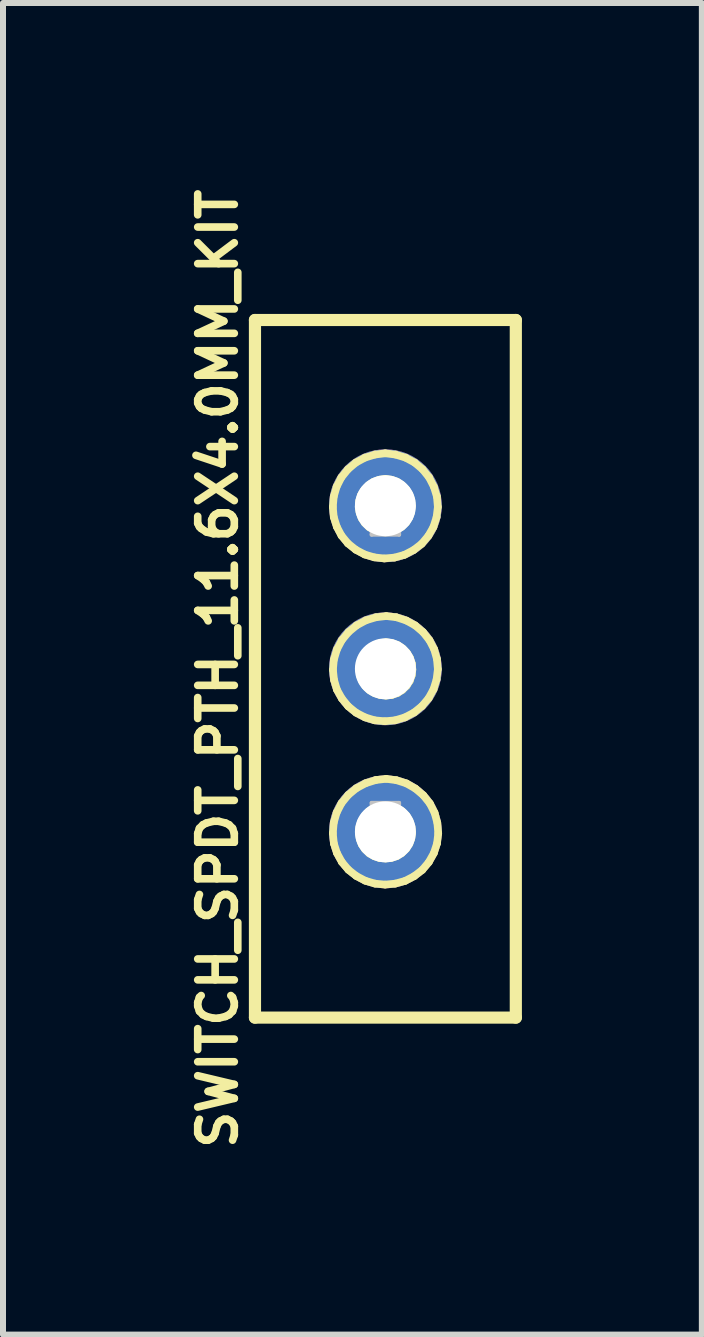
<source format=kicad_pcb>
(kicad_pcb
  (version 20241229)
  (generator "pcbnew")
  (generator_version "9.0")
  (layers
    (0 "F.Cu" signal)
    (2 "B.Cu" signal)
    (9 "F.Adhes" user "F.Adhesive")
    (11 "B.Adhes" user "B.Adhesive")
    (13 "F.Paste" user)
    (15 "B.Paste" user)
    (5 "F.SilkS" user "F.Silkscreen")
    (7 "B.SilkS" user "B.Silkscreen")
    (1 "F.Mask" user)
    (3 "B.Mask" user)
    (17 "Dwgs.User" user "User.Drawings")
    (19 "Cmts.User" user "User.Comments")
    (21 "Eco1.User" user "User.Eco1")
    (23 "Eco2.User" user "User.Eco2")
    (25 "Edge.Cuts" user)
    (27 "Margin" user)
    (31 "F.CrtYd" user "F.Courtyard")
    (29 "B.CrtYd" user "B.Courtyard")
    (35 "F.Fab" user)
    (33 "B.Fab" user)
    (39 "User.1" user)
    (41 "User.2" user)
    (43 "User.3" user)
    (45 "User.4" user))
  (footprint "SWITCH_SPDT_PTH_11.6X4.0MM_KIT"
    (layer "F.Cu")
    (at 3.374 8.098)
    (property "Reference" "SWITCH_SPDT_PTH_11.6X4.0MM_KIT" (at -2.794 0 90) (layer "F.SilkS") (effects (font (size 0.61 0.61) (thickness 0.127))))
    (attr exclude_from_pos_files exclude_from_bom)
    (fp_line (start -2.174 -5.814) (end -2.174 5.814) (stroke (width 0.203) (type solid)) (layer "F.SilkS"))
    (fp_line (start -2.174 5.814) (end 2.174 5.814) (stroke (width 0.203) (type solid)) (layer "F.SilkS"))
    (fp_line (start -0.876 -2.697) (end -0.861 -2.87) (stroke (width 0.127) (type solid)) (layer "F.SilkS"))
    (fp_line (start -0.876 2.741) (end -0.861 2.565) (stroke (width 0.127) (type solid)) (layer "F.SilkS"))
    (fp_line (start -0.874 0.018) (end -0.859 -0.152) (stroke (width 0.127) (type solid)) (layer "F.SilkS"))
    (fp_line (start -0.861 -2.87) (end -0.813 -3.035) (stroke (width 0.127) (type solid)) (layer "F.SilkS"))
    (fp_line (start -0.861 -2.53) (end -0.876 -2.697) (stroke (width 0.127) (type solid)) (layer "F.SilkS"))
    (fp_line (start -0.861 2.565) (end -0.813 2.398) (stroke (width 0.127) (type solid)) (layer "F.SilkS"))
    (fp_line (start -0.859 -0.152) (end -0.808 -0.323) (stroke (width 0.127) (type solid)) (layer "F.SilkS"))
    (fp_line (start -0.859 2.911) (end -0.876 2.741) (stroke (width 0.127) (type solid)) (layer "F.SilkS"))
    (fp_line (start -0.856 0.185) (end -0.874 0.018) (stroke (width 0.127) (type solid)) (layer "F.SilkS"))
    (fp_line (start -0.813 -3.035) (end -0.734 -3.19) (stroke (width 0.127) (type solid)) (layer "F.SilkS"))
    (fp_line (start -0.813 2.398) (end -0.732 2.24) (stroke (width 0.127) (type solid)) (layer "F.SilkS"))
    (fp_line (start -0.81 -2.367) (end -0.861 -2.53) (stroke (width 0.127) (type solid)) (layer "F.SilkS"))
    (fp_line (start -0.808 -0.323) (end -0.726 -0.478) (stroke (width 0.127) (type solid)) (layer "F.SilkS"))
    (fp_line (start -0.808 0.348) (end -0.856 0.185) (stroke (width 0.127) (type solid)) (layer "F.SilkS"))
    (fp_line (start -0.808 3.071) (end -0.859 2.911) (stroke (width 0.127) (type solid)) (layer "F.SilkS"))
    (fp_line (start -0.734 -3.19) (end -0.625 -3.325) (stroke (width 0.127) (type solid)) (layer "F.SilkS"))
    (fp_line (start -0.732 -2.22) (end -0.81 -2.367) (stroke (width 0.127) (type solid)) (layer "F.SilkS"))
    (fp_line (start -0.732 2.24) (end -0.62 2.103) (stroke (width 0.127) (type solid)) (layer "F.SilkS"))
    (fp_line (start -0.726 -0.478) (end -0.615 -0.612) (stroke (width 0.127) (type solid)) (layer "F.SilkS"))
    (fp_line (start -0.726 0.495) (end -0.808 0.348) (stroke (width 0.127) (type solid)) (layer "F.SilkS"))
    (fp_line (start -0.726 3.221) (end -0.808 3.071) (stroke (width 0.127) (type solid)) (layer "F.SilkS"))
    (fp_line (start -0.625 -3.325) (end -0.493 -3.437) (stroke (width 0.127) (type solid)) (layer "F.SilkS"))
    (fp_line (start -0.625 -2.09) (end -0.732 -2.22) (stroke (width 0.127) (type solid)) (layer "F.SilkS"))
    (fp_line (start -0.62 0.625) (end -0.726 0.495) (stroke (width 0.127) (type solid)) (layer "F.SilkS"))
    (fp_line (start -0.62 2.103) (end -0.485 1.991) (stroke (width 0.127) (type solid)) (layer "F.SilkS"))
    (fp_line (start -0.617 3.35) (end -0.726 3.221) (stroke (width 0.127) (type solid)) (layer "F.SilkS"))
    (fp_line (start -0.615 -0.612) (end -0.48 -0.724) (stroke (width 0.127) (type solid)) (layer "F.SilkS"))
    (fp_line (start -0.493 -3.437) (end -0.34 -3.52) (stroke (width 0.127) (type solid)) (layer "F.SilkS"))
    (fp_line (start -0.493 -1.984) (end -0.625 -2.09) (stroke (width 0.127) (type solid)) (layer "F.SilkS"))
    (fp_line (start -0.488 0.732) (end -0.62 0.625) (stroke (width 0.127) (type solid)) (layer "F.SilkS"))
    (fp_line (start -0.485 1.991) (end -0.33 1.908) (stroke (width 0.127) (type solid)) (layer "F.SilkS"))
    (fp_line (start -0.485 3.454) (end -0.617 3.35) (stroke (width 0.127) (type solid)) (layer "F.SilkS"))
    (fp_line (start -0.48 -0.724) (end -0.325 -0.808) (stroke (width 0.127) (type solid)) (layer "F.SilkS"))
    (fp_line (start -0.445 -2.697) (end -0.434 -2.802) (stroke (width 0.127) (type solid)) (layer "F.SilkS"))
    (fp_line (start -0.439 2.738) (end -0.432 2.637) (stroke (width 0.127) (type solid)) (layer "F.SilkS"))
    (fp_line (start -0.434 -2.802) (end -0.404 -2.898) (stroke (width 0.127) (type solid)) (layer "F.SilkS"))
    (fp_line (start -0.432 0.023) (end -0.424 -0.079) (stroke (width 0.127) (type solid)) (layer "F.SilkS"))
    (fp_line (start -0.432 2.637) (end -0.401 2.54) (stroke (width 0.127) (type solid)) (layer "F.SilkS"))
    (fp_line (start -0.429 -2.603) (end -0.445 -2.697) (stroke (width 0.127) (type solid)) (layer "F.SilkS"))
    (fp_line (start -0.427 2.835) (end -0.439 2.738) (stroke (width 0.127) (type solid)) (layer "F.SilkS"))
    (fp_line (start -0.424 -0.079) (end -0.394 -0.175) (stroke (width 0.127) (type solid)) (layer "F.SilkS"))
    (fp_line (start -0.419 0.117) (end -0.432 0.023) (stroke (width 0.127) (type solid)) (layer "F.SilkS"))
    (fp_line (start -0.404 -2.898) (end -0.351 -2.985) (stroke (width 0.127) (type solid)) (layer "F.SilkS"))
    (fp_line (start -0.401 2.54) (end -0.348 2.454) (stroke (width 0.127) (type solid)) (layer "F.SilkS"))
    (fp_line (start -0.396 -2.512) (end -0.429 -2.603) (stroke (width 0.127) (type solid)) (layer "F.SilkS"))
    (fp_line (start -0.394 -0.175) (end -0.34 -0.262) (stroke (width 0.127) (type solid)) (layer "F.SilkS"))
    (fp_line (start -0.394 2.926) (end -0.427 2.835) (stroke (width 0.127) (type solid)) (layer "F.SilkS"))
    (fp_line (start -0.386 0.208) (end -0.419 0.117) (stroke (width 0.127) (type solid)) (layer "F.SilkS"))
    (fp_line (start -0.351 -2.985) (end -0.279 -3.061) (stroke (width 0.127) (type solid)) (layer "F.SilkS"))
    (fp_line (start -0.348 2.454) (end -0.277 2.377) (stroke (width 0.127) (type solid)) (layer "F.SilkS"))
    (fp_line (start -0.345 -1.905) (end -0.493 -1.984) (stroke (width 0.127) (type solid)) (layer "F.SilkS"))
    (fp_line (start -0.343 -2.431) (end -0.396 -2.512) (stroke (width 0.127) (type solid)) (layer "F.SilkS"))
    (fp_line (start -0.34 -3.52) (end -0.173 -3.571) (stroke (width 0.127) (type solid)) (layer "F.SilkS"))
    (fp_line (start -0.34 -0.262) (end -0.269 -0.338) (stroke (width 0.127) (type solid)) (layer "F.SilkS"))
    (fp_line (start -0.34 3.007) (end -0.394 2.926) (stroke (width 0.127) (type solid)) (layer "F.SilkS"))
    (fp_line (start -0.338 0.81) (end -0.488 0.732) (stroke (width 0.127) (type solid)) (layer "F.SilkS"))
    (fp_line (start -0.335 3.533) (end -0.485 3.454) (stroke (width 0.127) (type solid)) (layer "F.SilkS"))
    (fp_line (start -0.333 0.29) (end -0.386 0.208) (stroke (width 0.127) (type solid)) (layer "F.SilkS"))
    (fp_line (start -0.33 1.908) (end -0.16 1.854) (stroke (width 0.127) (type solid)) (layer "F.SilkS"))
    (fp_line (start -0.325 -0.808) (end -0.157 -0.859) (stroke (width 0.127) (type solid)) (layer "F.SilkS"))
    (fp_line (start -0.279 -3.061) (end -0.196 -3.117) (stroke (width 0.127) (type solid)) (layer "F.SilkS"))
    (fp_line (start -0.277 2.377) (end -0.193 2.322) (stroke (width 0.127) (type solid)) (layer "F.SilkS"))
    (fp_line (start -0.272 -2.362) (end -0.343 -2.431) (stroke (width 0.127) (type solid)) (layer "F.SilkS"))
    (fp_line (start -0.269 -0.338) (end -0.185 -0.394) (stroke (width 0.127) (type solid)) (layer "F.SilkS"))
    (fp_line (start -0.269 3.076) (end -0.34 3.007) (stroke (width 0.127) (type solid)) (layer "F.SilkS"))
    (fp_line (start -0.262 0.358) (end -0.333 0.29) (stroke (width 0.127) (type solid)) (layer "F.SilkS"))
    (fp_line (start -0.196 -3.117) (end -0.099 -3.152) (stroke (width 0.127) (type solid)) (layer "F.SilkS"))
    (fp_line (start -0.193 2.322) (end -0.097 2.286) (stroke (width 0.127) (type solid)) (layer "F.SilkS"))
    (fp_line (start -0.188 -2.314) (end -0.272 -2.362) (stroke (width 0.127) (type solid)) (layer "F.SilkS"))
    (fp_line (start -0.185 -0.394) (end -0.089 -0.429) (stroke (width 0.127) (type solid)) (layer "F.SilkS"))
    (fp_line (start -0.185 3.124) (end -0.269 3.076) (stroke (width 0.127) (type solid)) (layer "F.SilkS"))
    (fp_line (start -0.183 -1.857) (end -0.345 -1.905) (stroke (width 0.127) (type solid)) (layer "F.SilkS"))
    (fp_line (start -0.178 0.406) (end -0.262 0.358) (stroke (width 0.127) (type solid)) (layer "F.SilkS"))
    (fp_line (start -0.178 0.859) (end -0.338 0.81) (stroke (width 0.127) (type solid)) (layer "F.SilkS"))
    (fp_line (start -0.173 -3.571) (end -0.003 -3.592) (stroke (width 0.127) (type solid)) (layer "F.SilkS"))
    (fp_line (start -0.173 3.581) (end -0.335 3.533) (stroke (width 0.127) (type solid)) (layer "F.SilkS"))
    (fp_line (start -0.16 1.854) (end 0.013 1.834) (stroke (width 0.127) (type solid)) (layer "F.SilkS"))
    (fp_line (start -0.157 -0.859) (end 0.015 -0.879) (stroke (width 0.127) (type solid)) (layer "F.SilkS"))
    (fp_line (start -0.099 -3.152) (end 0 -3.165) (stroke (width 0.127) (type solid)) (layer "F.SilkS"))
    (fp_line (start -0.097 -2.283) (end -0.188 -2.314) (stroke (width 0.127) (type solid)) (layer "F.SilkS"))
    (fp_line (start -0.097 2.286) (end 0.003 2.273) (stroke (width 0.127) (type solid)) (layer "F.SilkS"))
    (fp_line (start -0.094 3.155) (end -0.185 3.124) (stroke (width 0.127) (type solid)) (layer "F.SilkS"))
    (fp_line (start -0.089 -0.429) (end 0.01 -0.442) (stroke (width 0.127) (type solid)) (layer "F.SilkS"))
    (fp_line (start -0.086 0.437) (end -0.178 0.406) (stroke (width 0.127) (type solid)) (layer "F.SilkS"))
    (fp_line (start -0.018 -1.839) (end -0.183 -1.857) (stroke (width 0.127) (type solid)) (layer "F.SilkS"))
    (fp_line (start -0.01 0.874) (end -0.178 0.859) (stroke (width 0.127) (type solid)) (layer "F.SilkS"))
    (fp_line (start -0.005 3.597) (end -0.173 3.581) (stroke (width 0.127) (type solid)) (layer "F.SilkS"))
    (fp_line (start -0.003 -3.592) (end 0.168 -3.571) (stroke (width 0.127) (type solid)) (layer "F.SilkS"))
    (fp_line (start 0 -3.165) (end 0.099 -3.152) (stroke (width 0.127) (type solid)) (layer "F.SilkS"))
    (fp_line (start 0 -2.273) (end -0.097 -2.283) (stroke (width 0.127) (type solid)) (layer "F.SilkS"))
    (fp_line (start 0.003 2.273) (end 0.102 2.286) (stroke (width 0.127) (type solid)) (layer "F.SilkS"))
    (fp_line (start 0.003 3.162) (end -0.094 3.155) (stroke (width 0.127) (type solid)) (layer "F.SilkS"))
    (fp_line (start 0.01 -0.442) (end 0.109 -0.429) (stroke (width 0.127) (type solid)) (layer "F.SilkS"))
    (fp_line (start 0.01 0.447) (end -0.086 0.437) (stroke (width 0.127) (type solid)) (layer "F.SilkS"))
    (fp_line (start 0.013 1.834) (end 0.185 1.857) (stroke (width 0.127) (type solid)) (layer "F.SilkS"))
    (fp_line (start 0.015 -0.879) (end 0.183 -0.859) (stroke (width 0.127) (type solid)) (layer "F.SilkS"))
    (fp_line (start 0.097 -2.283) (end 0 -2.273) (stroke (width 0.127) (type solid)) (layer "F.SilkS"))
    (fp_line (start 0.099 -3.152) (end 0.193 -3.119) (stroke (width 0.127) (type solid)) (layer "F.SilkS"))
    (fp_line (start 0.099 3.152) (end 0.003 3.162) (stroke (width 0.127) (type solid)) (layer "F.SilkS"))
    (fp_line (start 0.102 2.286) (end 0.196 2.319) (stroke (width 0.127) (type solid)) (layer "F.SilkS"))
    (fp_line (start 0.107 0.437) (end 0.01 0.447) (stroke (width 0.127) (type solid)) (layer "F.SilkS"))
    (fp_line (start 0.109 -0.429) (end 0.203 -0.396) (stroke (width 0.127) (type solid)) (layer "F.SilkS"))
    (fp_line (start 0.152 -1.854) (end -0.018 -1.839) (stroke (width 0.127) (type solid)) (layer "F.SilkS"))
    (fp_line (start 0.16 0.859) (end -0.01 0.874) (stroke (width 0.127) (type solid)) (layer "F.SilkS"))
    (fp_line (start 0.163 3.581) (end -0.005 3.597) (stroke (width 0.127) (type solid)) (layer "F.SilkS"))
    (fp_line (start 0.168 -3.571) (end 0.335 -3.52) (stroke (width 0.127) (type solid)) (layer "F.SilkS"))
    (fp_line (start 0.183 -0.859) (end 0.348 -0.805) (stroke (width 0.127) (type solid)) (layer "F.SilkS"))
    (fp_line (start 0.185 1.857) (end 0.351 1.91) (stroke (width 0.127) (type solid)) (layer "F.SilkS"))
    (fp_line (start 0.188 -2.316) (end 0.097 -2.283) (stroke (width 0.127) (type solid)) (layer "F.SilkS"))
    (fp_line (start 0.193 -3.119) (end 0.277 -3.063) (stroke (width 0.127) (type solid)) (layer "F.SilkS"))
    (fp_line (start 0.193 3.122) (end 0.099 3.152) (stroke (width 0.127) (type solid)) (layer "F.SilkS"))
    (fp_line (start 0.196 2.319) (end 0.279 2.375) (stroke (width 0.127) (type solid)) (layer "F.SilkS"))
    (fp_line (start 0.201 0.404) (end 0.107 0.437) (stroke (width 0.127) (type solid)) (layer "F.SilkS"))
    (fp_line (start 0.203 -0.396) (end 0.287 -0.34) (stroke (width 0.127) (type solid)) (layer "F.SilkS"))
    (fp_line (start 0.272 -2.367) (end 0.188 -2.316) (stroke (width 0.127) (type solid)) (layer "F.SilkS"))
    (fp_line (start 0.274 3.071) (end 0.193 3.122) (stroke (width 0.127) (type solid)) (layer "F.SilkS"))
    (fp_line (start 0.277 -3.063) (end 0.348 -2.99) (stroke (width 0.127) (type solid)) (layer "F.SilkS"))
    (fp_line (start 0.279 2.375) (end 0.351 2.446) (stroke (width 0.127) (type solid)) (layer "F.SilkS"))
    (fp_line (start 0.282 0.353) (end 0.201 0.404) (stroke (width 0.127) (type solid)) (layer "F.SilkS"))
    (fp_line (start 0.287 -0.34) (end 0.358 -0.267) (stroke (width 0.127) (type solid)) (layer "F.SilkS"))
    (fp_line (start 0.318 -1.9) (end 0.152 -1.854) (stroke (width 0.127) (type solid)) (layer "F.SilkS"))
    (fp_line (start 0.325 0.81) (end 0.16 0.859) (stroke (width 0.127) (type solid)) (layer "F.SilkS"))
    (fp_line (start 0.328 3.536) (end 0.163 3.581) (stroke (width 0.127) (type solid)) (layer "F.SilkS"))
    (fp_line (start 0.335 -3.52) (end 0.488 -3.437) (stroke (width 0.127) (type solid)) (layer "F.SilkS"))
    (fp_line (start 0.343 -2.436) (end 0.272 -2.367) (stroke (width 0.127) (type solid)) (layer "F.SilkS"))
    (fp_line (start 0.345 3.002) (end 0.274 3.071) (stroke (width 0.127) (type solid)) (layer "F.SilkS"))
    (fp_line (start 0.348 -2.99) (end 0.399 -2.906) (stroke (width 0.127) (type solid)) (layer "F.SilkS"))
    (fp_line (start 0.348 -0.805) (end 0.495 -0.724) (stroke (width 0.127) (type solid)) (layer "F.SilkS"))
    (fp_line (start 0.351 1.91) (end 0.5 1.996) (stroke (width 0.127) (type solid)) (layer "F.SilkS"))
    (fp_line (start 0.351 2.446) (end 0.401 2.532) (stroke (width 0.127) (type solid)) (layer "F.SilkS"))
    (fp_line (start 0.353 0.284) (end 0.282 0.353) (stroke (width 0.127) (type solid)) (layer "F.SilkS"))
    (fp_line (start 0.358 -0.267) (end 0.409 -0.183) (stroke (width 0.127) (type solid)) (layer "F.SilkS"))
    (fp_line (start 0.396 -2.52) (end 0.343 -2.436) (stroke (width 0.127) (type solid)) (layer "F.SilkS"))
    (fp_line (start 0.399 -2.906) (end 0.432 -2.809) (stroke (width 0.127) (type solid)) (layer "F.SilkS"))
    (fp_line (start 0.399 2.918) (end 0.345 3.002) (stroke (width 0.127) (type solid)) (layer "F.SilkS"))
    (fp_line (start 0.401 2.532) (end 0.434 2.629) (stroke (width 0.127) (type solid)) (layer "F.SilkS"))
    (fp_line (start 0.406 0.201) (end 0.353 0.284) (stroke (width 0.127) (type solid)) (layer "F.SilkS"))
    (fp_line (start 0.409 -0.183) (end 0.442 -0.086) (stroke (width 0.127) (type solid)) (layer "F.SilkS"))
    (fp_line (start 0.429 -2.611) (end 0.396 -2.52) (stroke (width 0.127) (type solid)) (layer "F.SilkS"))
    (fp_line (start 0.432 -2.809) (end 0.439 -2.71) (stroke (width 0.127) (type solid)) (layer "F.SilkS"))
    (fp_line (start 0.432 2.827) (end 0.399 2.918) (stroke (width 0.127) (type solid)) (layer "F.SilkS"))
    (fp_line (start 0.434 2.629) (end 0.445 2.728) (stroke (width 0.127) (type solid)) (layer "F.SilkS"))
    (fp_line (start 0.439 -2.71) (end 0.429 -2.611) (stroke (width 0.127) (type solid)) (layer "F.SilkS"))
    (fp_line (start 0.439 0.109) (end 0.406 0.201) (stroke (width 0.127) (type solid)) (layer "F.SilkS"))
    (fp_line (start 0.442 -0.086) (end 0.45 0.013) (stroke (width 0.127) (type solid)) (layer "F.SilkS"))
    (fp_line (start 0.445 2.728) (end 0.432 2.827) (stroke (width 0.127) (type solid)) (layer "F.SilkS"))
    (fp_line (start 0.45 0.013) (end 0.439 0.109) (stroke (width 0.127) (type solid)) (layer "F.SilkS"))
    (fp_line (start 0.47 -1.979) (end 0.318 -1.9) (stroke (width 0.127) (type solid)) (layer "F.SilkS"))
    (fp_line (start 0.478 0.729) (end 0.325 0.81) (stroke (width 0.127) (type solid)) (layer "F.SilkS"))
    (fp_line (start 0.48 3.457) (end 0.328 3.536) (stroke (width 0.127) (type solid)) (layer "F.SilkS"))
    (fp_line (start 0.488 -3.437) (end 0.62 -3.325) (stroke (width 0.127) (type solid)) (layer "F.SilkS"))
    (fp_line (start 0.495 -0.724) (end 0.627 -0.612) (stroke (width 0.127) (type solid)) (layer "F.SilkS"))
    (fp_line (start 0.5 1.996) (end 0.632 2.108) (stroke (width 0.127) (type solid)) (layer "F.SilkS"))
    (fp_line (start 0.605 -2.083) (end 0.47 -1.979) (stroke (width 0.127) (type solid)) (layer "F.SilkS"))
    (fp_line (start 0.61 0.622) (end 0.478 0.729) (stroke (width 0.127) (type solid)) (layer "F.SilkS"))
    (fp_line (start 0.615 3.353) (end 0.48 3.457) (stroke (width 0.127) (type solid)) (layer "F.SilkS"))
    (fp_line (start 0.62 -3.325) (end 0.729 -3.19) (stroke (width 0.127) (type solid)) (layer "F.SilkS"))
    (fp_line (start 0.627 -0.612) (end 0.734 -0.478) (stroke (width 0.127) (type solid)) (layer "F.SilkS"))
    (fp_line (start 0.632 2.108) (end 0.742 2.245) (stroke (width 0.127) (type solid)) (layer "F.SilkS"))
    (fp_line (start 0.716 -2.215) (end 0.605 -2.083) (stroke (width 0.127) (type solid)) (layer "F.SilkS"))
    (fp_line (start 0.721 0.49) (end 0.61 0.622) (stroke (width 0.127) (type solid)) (layer "F.SilkS"))
    (fp_line (start 0.724 3.223) (end 0.615 3.353) (stroke (width 0.127) (type solid)) (layer "F.SilkS"))
    (fp_line (start 0.729 -3.19) (end 0.808 -3.035) (stroke (width 0.127) (type solid)) (layer "F.SilkS"))
    (fp_line (start 0.734 -0.478) (end 0.813 -0.325) (stroke (width 0.127) (type solid)) (layer "F.SilkS"))
    (fp_line (start 0.742 2.245) (end 0.82 2.4) (stroke (width 0.127) (type solid)) (layer "F.SilkS"))
    (fp_line (start 0.8 -2.362) (end 0.716 -2.215) (stroke (width 0.127) (type solid)) (layer "F.SilkS"))
    (fp_line (start 0.803 0.34) (end 0.721 0.49) (stroke (width 0.127) (type solid)) (layer "F.SilkS"))
    (fp_line (start 0.808 -3.035) (end 0.859 -2.87) (stroke (width 0.127) (type solid)) (layer "F.SilkS"))
    (fp_line (start 0.808 3.073) (end 0.724 3.223) (stroke (width 0.127) (type solid)) (layer "F.SilkS"))
    (fp_line (start 0.813 -0.325) (end 0.859 -0.163) (stroke (width 0.127) (type solid)) (layer "F.SilkS"))
    (fp_line (start 0.82 2.4) (end 0.866 2.568) (stroke (width 0.127) (type solid)) (layer "F.SilkS"))
    (fp_line (start 0.853 -2.527) (end 0.8 -2.362) (stroke (width 0.127) (type solid)) (layer "F.SilkS"))
    (fp_line (start 0.853 0.178) (end 0.803 0.34) (stroke (width 0.127) (type solid)) (layer "F.SilkS"))
    (fp_line (start 0.859 -2.87) (end 0.874 -2.697) (stroke (width 0.127) (type solid)) (layer "F.SilkS"))
    (fp_line (start 0.859 -0.163) (end 0.874 0.008) (stroke (width 0.127) (type solid)) (layer "F.SilkS"))
    (fp_line (start 0.861 2.911) (end 0.808 3.073) (stroke (width 0.127) (type solid)) (layer "F.SilkS"))
    (fp_line (start 0.866 2.568) (end 0.881 2.743) (stroke (width 0.127) (type solid)) (layer "F.SilkS"))
    (fp_line (start 0.874 -2.697) (end 0.853 -2.527) (stroke (width 0.127) (type solid)) (layer "F.SilkS"))
    (fp_line (start 0.874 0.008) (end 0.853 0.178) (stroke (width 0.127) (type solid)) (layer "F.SilkS"))
    (fp_line (start 0.881 2.743) (end 0.861 2.911) (stroke (width 0.127) (type solid)) (layer "F.SilkS"))
    (fp_line (start 2.174 -5.814) (end -2.174 -5.814) (stroke (width 0.203) (type solid)) (layer "F.SilkS"))
    (fp_line (start 2.174 5.814) (end 2.174 -5.814) (stroke (width 0.203) (type solid)) (layer "F.SilkS"))
    (fp_line (start -0.229 -2.845) (end 0.229 -2.845) (stroke (width 0.066) (type solid)) (layer "Dwgs.User"))
    (fp_line (start -0.229 -2.235) (end -0.229 -2.845) (stroke (width 0.066) (type solid)) (layer "Dwgs.User"))
    (fp_line (start -0.229 -2.235) (end 0.229 -2.235) (stroke (width 0.066) (type solid)) (layer "Dwgs.User"))
    (fp_line (start -0.229 -0.305) (end 0.229 -0.305) (stroke (width 0.066) (type solid)) (layer "Dwgs.User"))
    (fp_line (start -0.229 0.305) (end -0.229 -0.305) (stroke (width 0.066) (type solid)) (layer "Dwgs.User"))
    (fp_line (start -0.229 0.305) (end 0.229 0.305) (stroke (width 0.066) (type solid)) (layer "Dwgs.User"))
    (fp_line (start -0.229 2.235) (end 0.229 2.235) (stroke (width 0.066) (type solid)) (layer "Dwgs.User"))
    (fp_line (start -0.229 2.845) (end -0.229 2.235) (stroke (width 0.066) (type solid)) (layer "Dwgs.User"))
    (fp_line (start -0.229 2.845) (end 0.229 2.845) (stroke (width 0.066) (type solid)) (layer "Dwgs.User"))
    (fp_line (start 0.229 -2.235) (end 0.229 -2.845) (stroke (width 0.066) (type solid)) (layer "Dwgs.User"))
    (fp_line (start 0.229 0.305) (end 0.229 -0.305) (stroke (width 0.066) (type solid)) (layer "Dwgs.User"))
    (fp_line (start 0.229 2.845) (end 0.229 2.235) (stroke (width 0.066) (type solid)) (layer "Dwgs.User"))
    (pad "1" thru_hole circle (at 0 -2.718) (size 1.88 1.88) (drill 1.016) (layers "*.Cu" "*.Paste" "*.Mask"))
    (pad "2" thru_hole circle (at 0 0) (size 1.88 1.88) (drill 1.016) (layers "*.Cu" "*.Paste" "*.Mask"))
    (pad "3" thru_hole circle (at 0 2.718) (size 1.88 1.88) (drill 1.016) (layers "*.Cu" "*.Paste" "*.Mask")))
  (gr_rect
    (start -3 -3)
    (end 8.649 19.196)
    (stroke (width 0.1) (type default))
    (fill no)
    (layer "Edge.Cuts")))
</source>
